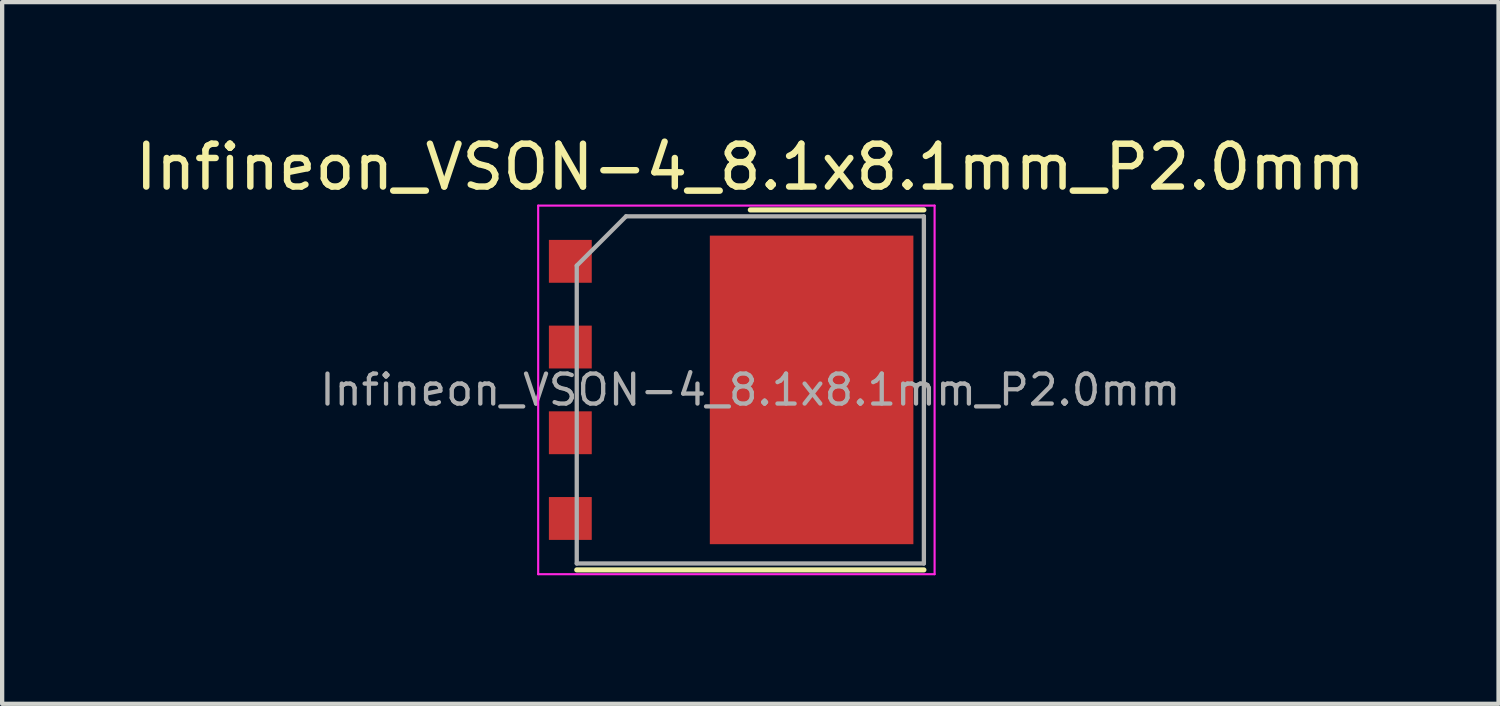
<source format=kicad_pcb>
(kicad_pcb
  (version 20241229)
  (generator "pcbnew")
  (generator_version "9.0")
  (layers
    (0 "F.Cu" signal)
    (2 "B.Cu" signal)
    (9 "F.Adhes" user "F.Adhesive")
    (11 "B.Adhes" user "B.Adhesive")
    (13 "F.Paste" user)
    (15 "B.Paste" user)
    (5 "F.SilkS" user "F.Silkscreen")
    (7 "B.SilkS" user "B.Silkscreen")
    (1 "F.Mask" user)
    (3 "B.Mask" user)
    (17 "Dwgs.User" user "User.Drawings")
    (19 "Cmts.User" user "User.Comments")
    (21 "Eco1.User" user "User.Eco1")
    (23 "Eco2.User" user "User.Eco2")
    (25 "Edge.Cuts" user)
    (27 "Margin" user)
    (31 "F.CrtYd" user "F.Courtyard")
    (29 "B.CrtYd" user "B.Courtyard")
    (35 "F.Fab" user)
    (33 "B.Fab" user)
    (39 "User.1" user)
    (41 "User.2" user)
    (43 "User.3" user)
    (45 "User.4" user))
  (footprint "Infineon_VSON-4_8.1x8.1mm_P2.0mm"
    (layer "F.Cu")
    (at 14.458 6.048)
    (property "Reference" "Infineon_VSON-4_8.1x8.1mm_P2.0mm" (at 0 -5.2 0) (layer "F.SilkS") (effects (font (size 1 1) (thickness 0.15))))
    (attr smd)
    (fp_line (start -4.05 4.2) (end 4.05 4.2) (stroke (width 0.12) (type solid)) (layer "F.SilkS"))
    (fp_line (start 0 -4.2) (end 4.05 -4.2) (stroke (width 0.12) (type solid)) (layer "F.SilkS"))
    (fp_line (start -4.95 -4.3) (end -4.95 4.3) (stroke (width 0.05) (type solid)) (layer "F.CrtYd"))
    (fp_line (start -4.95 -4.3) (end 4.3 -4.3) (stroke (width 0.05) (type solid)) (layer "F.CrtYd"))
    (fp_line (start -4.95 4.3) (end 4.3 4.3) (stroke (width 0.05) (type solid)) (layer "F.CrtYd"))
    (fp_line (start 4.3 -4.3) (end 4.3 4.3) (stroke (width 0.05) (type solid)) (layer "F.CrtYd"))
    (fp_line (start -4.05 -2.9) (end -2.9 -4.05) (stroke (width 0.1) (type solid)) (layer "F.Fab"))
    (fp_line (start -4.05 4.05) (end -4.05 -2.9) (stroke (width 0.1) (type solid)) (layer "F.Fab"))
    (fp_line (start -2.9 -4.05) (end 4.05 -4.05) (stroke (width 0.1) (type solid)) (layer "F.Fab"))
    (fp_line (start 4.05 -4.05) (end 4.05 4.05) (stroke (width 0.1) (type solid)) (layer "F.Fab"))
    (fp_line (start 4.05 4.05) (end -4.05 4.05) (stroke (width 0.1) (type solid)) (layer "F.Fab"))
    (fp_text user "${REFERENCE}" (at 0 0 0) (layer "F.Fab") (effects (font (size 0.7 0.7) (thickness 0.1))))
    (pad "1" smd rect (at -4.2 -3) (size 1 1) (layers "F.Cu" "F.Mask" "F.Paste"))
    (pad "2" smd rect (at -4.2 -1) (size 1 1) (layers "F.Cu" "F.Mask" "F.Paste"))
    (pad "3" smd rect (at -4.2 1) (size 1 1) (layers "F.Cu" "F.Mask" "F.Paste"))
    (pad "4" smd rect (at -4.2 3) (size 1 1) (layers "F.Cu" "F.Mask" "F.Paste"))
    (pad "5" smd rect (at 1.43 0) (size 4.75 7.2) (layers "F.Cu" "F.Mask" "F.Paste")))
  (gr_rect
    (start -3 -3)
    (end 31.917 13.373)
    (stroke (width 0.1) (type default))
    (fill no)
    (layer "Edge.Cuts")))
</source>
